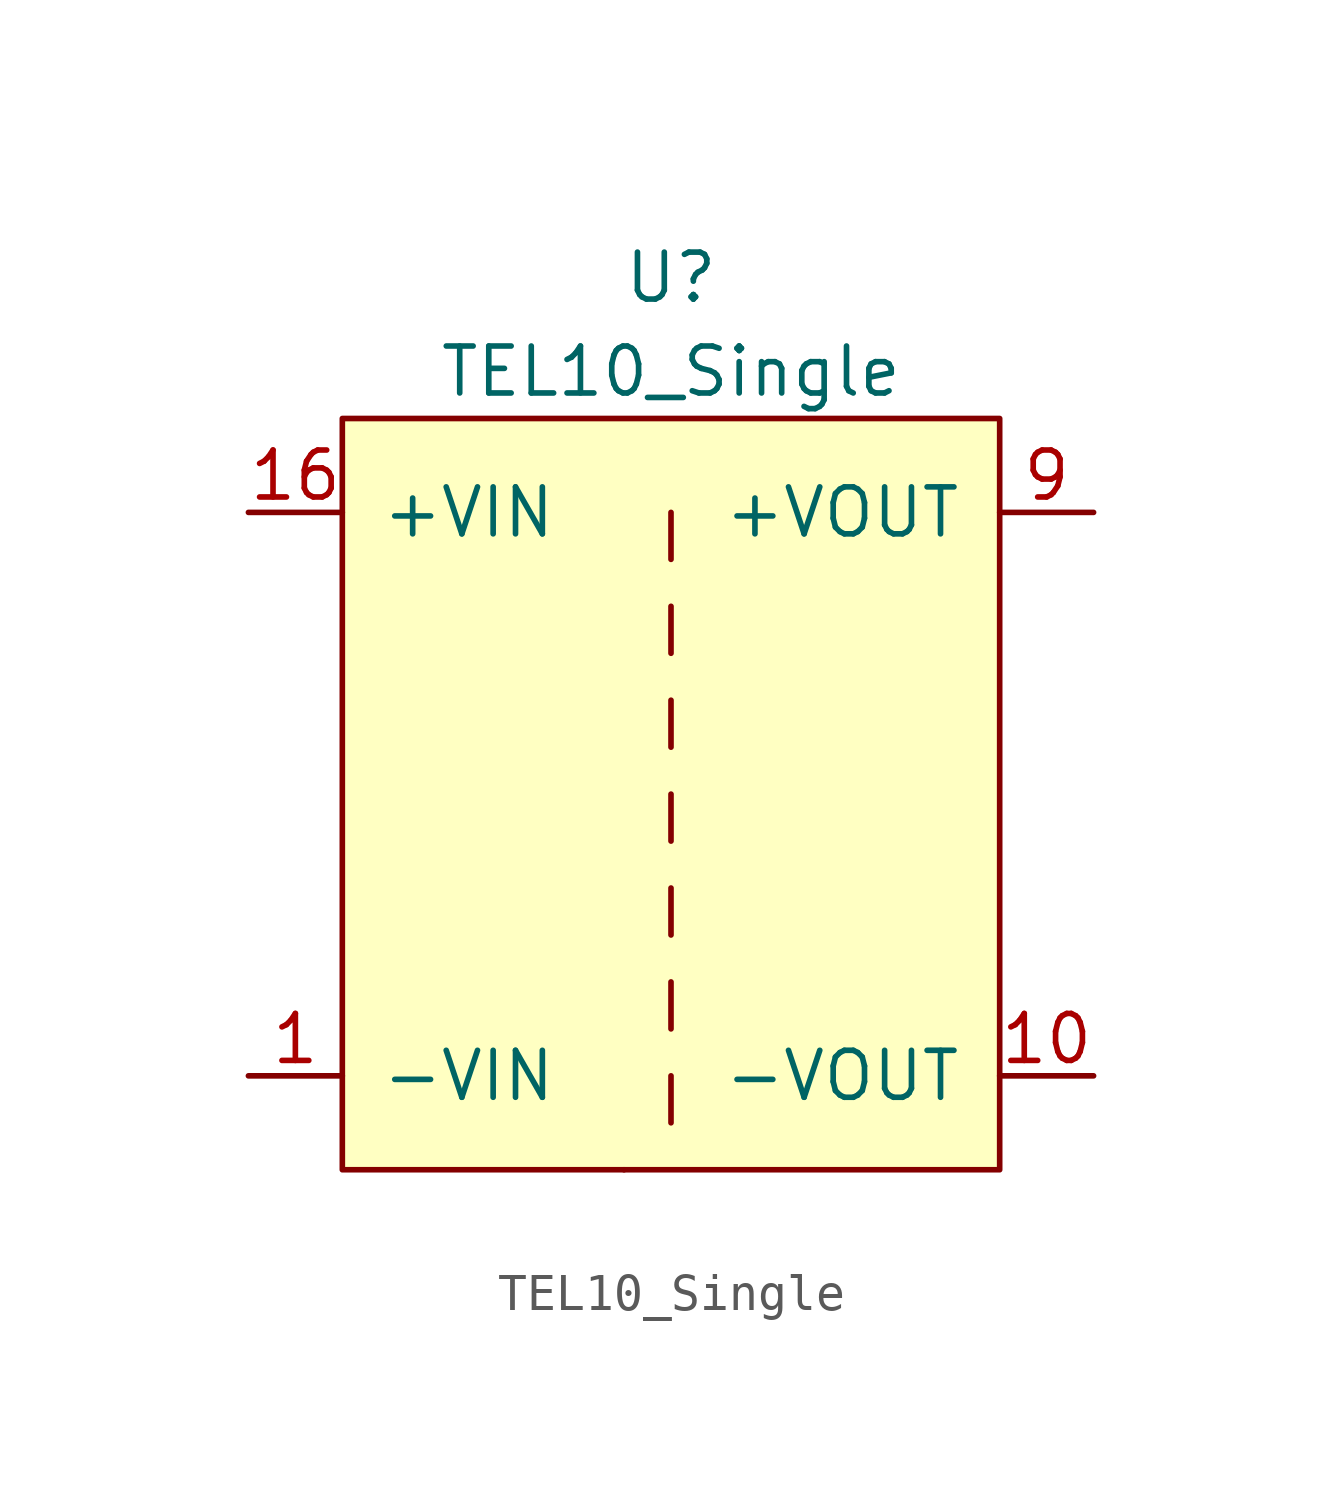
<source format=kicad_sym>
(kicad_symbol_lib
  (version 20211014)
  (generator kicad_symbol_editor)
  (symbol "TEL10_Single"
    (pin_names
      (offset 1.016))
    (property "Reference" "U"
      (at 0 13.97 0)
      (effects (font (size 1.27 1.27))))
    (property "Value" "TEL10_Single"
      (at 0 11.43 0)
      (effects (font (size 1.27 1.27))))
    (symbol "TEL10_Single_0_1"
      (rectangle (start -1.27 -10.16) (end -1.27 -10.16) (stroke (width 0) (type default) (color 0 0 0 0)) (fill (type none)))
      (polyline (pts (xy 0 -7.62) (xy 0 -8.89)) (stroke (width 0) (type default) (color 0 0 0 0)) (fill (type none)))
      (polyline (pts (xy 0 -5.08) (xy 0 -6.35)) (stroke (width 0) (type default) (color 0 0 0 0)) (fill (type none)))
      (polyline (pts (xy 0 -2.54) (xy 0 -3.81)) (stroke (width 0) (type default) (color 0 0 0 0)) (fill (type none)))
      (polyline (pts (xy 0 0) (xy 0 -1.27)) (stroke (width 0) (type default) (color 0 0 0 0)) (fill (type none)))
      (polyline (pts (xy 0 2.54) (xy 0 1.27)) (stroke (width 0) (type default) (color 0 0 0 0)) (fill (type none)))
      (polyline (pts (xy 0 5.08) (xy 0 3.81)) (stroke (width 0) (type default) (color 0 0 0 0)) (fill (type none)))
      (polyline (pts (xy 0 7.62) (xy 0 6.35)) (stroke (width 0) (type default) (color 0 0 0 0)) (fill (type none)))
      (rectangle (start 8.89 10.16) (end -8.89 -10.16) (stroke (width 0) (type default) (color 0 0 0 0)) (fill (type background))))
    (symbol "TEL10_Single_1_1"
      (pin passive line (at -11.43 -7.62 0) (length 2.54) (name "-VIN" (effects (font (size 1.27 1.27)))) (number "1" (effects (font (size 1.27 1.27)))))
      (pin passive line (at 11.43 -7.62 180) (length 2.54) (name "-VOUT" (effects (font (size 1.27 1.27)))) (number "10" (effects (font (size 1.27 1.27)))))
      (pin passive line (at -11.43 7.62 0) (length 2.54) (name "+VIN" (effects (font (size 1.27 1.27)))) (number "16" (effects (font (size 1.27 1.27)))))
      (pin passive line (at 11.43 7.62 180) (length 2.54) (name "+VOUT" (effects (font (size 1.27 1.27)))) (number "9" (effects (font (size 1.27 1.27))))))))
</source>
